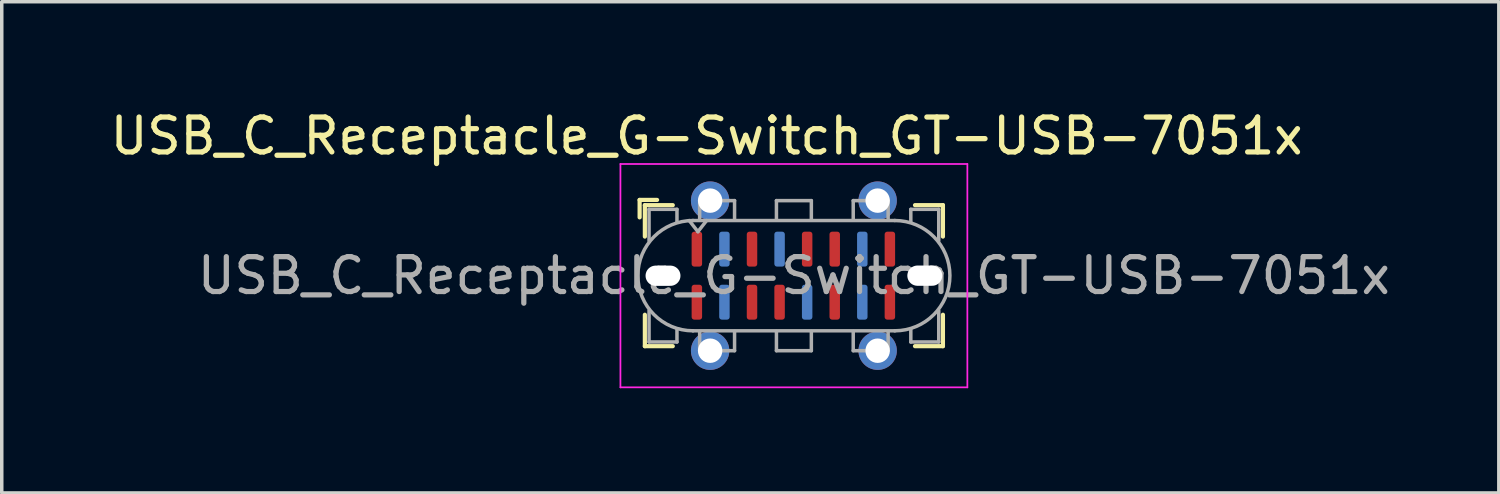
<source format=kicad_pcb>
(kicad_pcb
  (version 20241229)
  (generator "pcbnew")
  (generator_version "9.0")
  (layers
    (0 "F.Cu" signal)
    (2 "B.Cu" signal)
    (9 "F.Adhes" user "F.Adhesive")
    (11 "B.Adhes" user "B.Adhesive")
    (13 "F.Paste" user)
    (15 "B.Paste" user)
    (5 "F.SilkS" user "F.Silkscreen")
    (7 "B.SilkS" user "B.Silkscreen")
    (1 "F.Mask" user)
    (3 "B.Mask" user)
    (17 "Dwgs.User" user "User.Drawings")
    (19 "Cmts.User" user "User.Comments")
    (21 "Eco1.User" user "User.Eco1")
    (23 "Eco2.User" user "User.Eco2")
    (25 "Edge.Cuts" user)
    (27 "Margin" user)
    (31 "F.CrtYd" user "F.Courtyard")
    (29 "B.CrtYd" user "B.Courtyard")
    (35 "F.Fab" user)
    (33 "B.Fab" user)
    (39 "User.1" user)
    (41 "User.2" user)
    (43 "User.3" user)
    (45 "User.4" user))
  (footprint "USB_C_Receptacle_G-Switch_GT-USB-7051x"
    (layer "F.Cu")
    (at 19.696 4.848)
    (property "Reference" "USB_C_Receptacle_G-Switch_GT-USB-7051x" (at -2.5 -4 0) (unlocked yes) (layer "F.SilkS") (effects (font (size 1 1) (thickness 0.15))))
    (attr smd)
    (fp_line (start -4.42 -2.17) (end -4.42 -1.67) (stroke (width 0.12) (type solid)) (layer "F.SilkS"))
    (fp_line (start -4.42 -2.17) (end -3.92 -2.17) (stroke (width 0.12) (type solid)) (layer "F.SilkS"))
    (fp_line (start -4.27 -2.02) (end -4.27 -1.12) (stroke (width 0.12) (type solid)) (layer "F.SilkS"))
    (fp_line (start -4.27 -2.02) (end -3.47 -2.02) (stroke (width 0.12) (type solid)) (layer "F.SilkS"))
    (fp_line (start -4.27 2.02) (end -4.27 1.12) (stroke (width 0.12) (type solid)) (layer "F.SilkS"))
    (fp_line (start -4.27 2.02) (end -3.47 2.02) (stroke (width 0.12) (type solid)) (layer "F.SilkS"))
    (fp_line (start 4.27 -2.02) (end 3.47 -2.02) (stroke (width 0.12) (type solid)) (layer "F.SilkS"))
    (fp_line (start 4.27 -2.02) (end 4.27 -1.12) (stroke (width 0.12) (type solid)) (layer "F.SilkS"))
    (fp_line (start 4.27 2.02) (end 3.47 2.02) (stroke (width 0.12) (type solid)) (layer "F.SilkS"))
    (fp_line (start 4.27 2.02) (end 4.27 1.12) (stroke (width 0.12) (type solid)) (layer "F.SilkS"))
    (fp_line (start -4.97 -3.2) (end -4.97 3.2) (stroke (width 0.05) (type solid)) (layer "F.CrtYd"))
    (fp_line (start -4.97 3.2) (end 4.97 3.2) (stroke (width 0.05) (type solid)) (layer "F.CrtYd"))
    (fp_line (start 4.97 -3.2) (end -4.97 -3.2) (stroke (width 0.05) (type solid)) (layer "F.CrtYd"))
    (fp_line (start 4.97 3.2) (end 4.97 -3.2) (stroke (width 0.05) (type solid)) (layer "F.CrtYd"))
    (fp_line (start -4.15 -1.9) (end -4.15 -1) (stroke (width 0.1) (type solid)) (layer "F.Fab"))
    (fp_line (start -4.15 -1.9) (end -3.35 -1.9) (stroke (width 0.1) (type solid)) (layer "F.Fab"))
    (fp_line (start -4.15 1.9) (end -4.15 1) (stroke (width 0.1) (type solid)) (layer "F.Fab"))
    (fp_line (start -4.15 1.9) (end -3.35 1.9) (stroke (width 0.1) (type solid)) (layer "F.Fab"))
    (fp_line (start -3.35 -1.9) (end -3.35 -1.55) (stroke (width 0.1) (type solid)) (layer "F.Fab"))
    (fp_line (start -3.35 1.9) (end -3.35 1.55) (stroke (width 0.1) (type solid)) (layer "F.Fab"))
    (fp_line (start -2.89 1.58) (end 2.89 1.58) (stroke (width 0.1) (type solid)) (layer "F.Fab"))
    (fp_line (start -2.75 -1.26) (end -3 -1.58) (stroke (width 0.1) (type solid)) (layer "F.Fab"))
    (fp_line (start -2.7 -2.15) (end -1.7 -2.15) (stroke (width 0.1) (type solid)) (layer "F.Fab"))
    (fp_line (start -2.7 -1.6) (end -2.7 -2.15) (stroke (width 0.1) (type solid)) (layer "F.Fab"))
    (fp_line (start -2.7 1.6) (end -2.7 2.15) (stroke (width 0.1) (type solid)) (layer "F.Fab"))
    (fp_line (start -2.7 2.15) (end -1.7 2.15) (stroke (width 0.1) (type solid)) (layer "F.Fab"))
    (fp_line (start -2.5 -1.58) (end -2.75 -1.26) (stroke (width 0.1) (type solid)) (layer "F.Fab"))
    (fp_line (start -1.7 -2.15) (end -1.7 -1.6) (stroke (width 0.1) (type solid)) (layer "F.Fab"))
    (fp_line (start -1.7 2.15) (end -1.7 1.6) (stroke (width 0.1) (type solid)) (layer "F.Fab"))
    (fp_line (start -0.5 -2.15) (end 0.5 -2.15) (stroke (width 0.1) (type solid)) (layer "F.Fab"))
    (fp_line (start -0.5 -1.6) (end -0.5 -2.15) (stroke (width 0.1) (type solid)) (layer "F.Fab"))
    (fp_line (start -0.5 2.15) (end -0.5 1.6) (stroke (width 0.1) (type solid)) (layer "F.Fab"))
    (fp_line (start 0.5 -2.15) (end 0.5 -1.6) (stroke (width 0.1) (type solid)) (layer "F.Fab"))
    (fp_line (start 0.5 1.6) (end 0.5 2.15) (stroke (width 0.1) (type solid)) (layer "F.Fab"))
    (fp_line (start 0.5 2.15) (end -0.5 2.15) (stroke (width 0.1) (type solid)) (layer "F.Fab"))
    (fp_line (start 1.7 -2.15) (end 1.7 -1.6) (stroke (width 0.1) (type solid)) (layer "F.Fab"))
    (fp_line (start 1.7 2.15) (end 1.7 1.6) (stroke (width 0.1) (type solid)) (layer "F.Fab"))
    (fp_line (start 2.7 -2.15) (end 1.7 -2.15) (stroke (width 0.1) (type solid)) (layer "F.Fab"))
    (fp_line (start 2.7 -1.6) (end 2.7 -2.15) (stroke (width 0.1) (type solid)) (layer "F.Fab"))
    (fp_line (start 2.7 1.6) (end 2.7 2.15) (stroke (width 0.1) (type solid)) (layer "F.Fab"))
    (fp_line (start 2.7 2.15) (end 1.7 2.15) (stroke (width 0.1) (type solid)) (layer "F.Fab"))
    (fp_line (start 2.89 -1.58) (end -2.89 -1.58) (stroke (width 0.1) (type solid)) (layer "F.Fab"))
    (fp_line (start 3.35 -1.9) (end 3.35 -1.55) (stroke (width 0.1) (type solid)) (layer "F.Fab"))
    (fp_line (start 3.35 1.9) (end 3.35 1.55) (stroke (width 0.1) (type solid)) (layer "F.Fab"))
    (fp_line (start 4.15 -1.9) (end 3.35 -1.9) (stroke (width 0.1) (type solid)) (layer "F.Fab"))
    (fp_line (start 4.15 -1.9) (end 4.15 -1) (stroke (width 0.1) (type solid)) (layer "F.Fab"))
    (fp_line (start 4.15 1.9) (end 3.35 1.9) (stroke (width 0.1) (type solid)) (layer "F.Fab"))
    (fp_line (start 4.15 1.9) (end 4.15 1) (stroke (width 0.1) (type solid)) (layer "F.Fab"))
    (fp_arc (start -2.89 1.58) (mid -4.47 0) (end -2.89 -1.58) (stroke (width 0.1) (type solid)) (layer "F.Fab"))
    (fp_arc (start 2.89 -1.58) (mid 4.47 0) (end 2.89 1.58) (stroke (width 0.1) (type solid)) (layer "F.Fab"))
    (fp_text user "${REFERENCE}" (at 0 0 0) (unlocked yes) (layer "F.Fab") (effects (font (size 1 1) (thickness 0.15))))
    (pad "" np_thru_hole oval (at -3.75 0.002) (size 1 0.58) (drill oval 1 0.58) (layers "*.Cu" "*.Mask"))
    (pad "" np_thru_hole oval (at 3.75 0) (size 1 0.58) (drill oval 1 0.58) (layers "*.Cu" "*.Mask"))
    (pad "A1" smd roundrect (at -2.78 -0.76) (size 0.3 1) (layers "F.Cu" "F.Mask" "F.Paste") (roundrect_rratio 0.25))
    (pad "A4" smd roundrect (at -1.99 -0.76) (size 0.3 1) (layers "F.Mask" "B.Cu" "F.Paste") (roundrect_rratio 0.25))
    (pad "A5" smd roundrect (at -1.2 -0.76) (size 0.3 1) (layers "F.Cu" "F.Mask" "F.Paste") (roundrect_rratio 0.25))
    (pad "A6" smd roundrect (at -0.41 -0.76) (size 0.3 1) (layers "F.Mask" "B.Cu" "F.Paste") (roundrect_rratio 0.25))
    (pad "A7" smd roundrect (at 0.38 -0.76) (size 0.3 1) (layers "F.Cu" "F.Mask" "F.Paste") (roundrect_rratio 0.25))
    (pad "A8" smd roundrect (at 1.17 -0.76) (size 0.3 1) (layers "F.Cu" "F.Mask" "F.Paste") (roundrect_rratio 0.25))
    (pad "A9" smd roundrect (at 1.96 -0.76) (size 0.3 1) (layers "F.Mask" "B.Cu" "F.Paste") (roundrect_rratio 0.25))
    (pad "A12" smd roundrect (at 2.75 -0.76) (size 0.3 1) (layers "F.Cu" "F.Mask" "F.Paste") (roundrect_rratio 0.25))
    (pad "B1" smd roundrect (at 2.75 0.76) (size 0.3 1) (layers "F.Cu" "F.Mask" "F.Paste") (roundrect_rratio 0.25))
    (pad "B4" smd roundrect (at 1.96 0.76) (size 0.3 1) (layers "F.Mask" "B.Cu" "F.Paste") (roundrect_rratio 0.25))
    (pad "B5" smd roundrect (at 1.17 0.76) (size 0.3 1) (layers "F.Cu" "F.Mask" "F.Paste") (roundrect_rratio 0.25))
    (pad "B6" smd roundrect (at 0.38 0.76) (size 0.3 1) (layers "F.Mask" "B.Cu" "F.Paste") (roundrect_rratio 0.25))
    (pad "B7" smd roundrect (at -0.41 0.76) (size 0.3 1) (layers "F.Cu" "F.Mask" "F.Paste") (roundrect_rratio 0.25))
    (pad "B8" smd roundrect (at -1.2 0.76) (size 0.3 1) (layers "F.Cu" "F.Mask" "F.Paste") (roundrect_rratio 0.25))
    (pad "B9" smd roundrect (at -1.99 0.76) (size 0.3 1) (layers "F.Mask" "B.Cu" "F.Paste") (roundrect_rratio 0.25))
    (pad "B12" smd roundrect (at -2.78 0.76) (size 0.3 1) (layers "F.Cu" "F.Mask" "F.Paste") (roundrect_rratio 0.25))
    (pad "S1" thru_hole circle (at -2.4 -2.15) (size 1.1 1.1) (drill 0.7) (layers "*.Cu" "*.Mask" "F.Paste"))
    (pad "S1" thru_hole circle (at -2.4 2.15) (size 1.1 1.1) (drill 0.7) (layers "*.Cu" "*.Mask" "F.Paste"))
    (pad "S1" thru_hole circle (at 2.4 -2.15) (size 1.1 1.1) (drill 0.7) (layers "*.Cu" "*.Mask" "F.Paste"))
    (pad "S1" thru_hole circle (at 2.4 2.15) (size 1.1 1.1) (drill 0.7) (layers "*.Cu" "*.Mask" "F.Paste"))
    (zone (net_name "") (layer "F.Cu") (name "peg") (hatch full 0.508) (connect_pads) (min_thickness 0.254) (filled_areas_thickness no) (keepout (tracks not_allowed) (vias not_allowed) (pads not_allowed) (copperpour not_allowed) (footprints not_allowed)) (placement (enabled no)) (fill) (polygon (pts (xy 20.496 3.048) (xy 18.896 3.048) (xy 18.896 2.348) (xy 20.496 2.348))))
    (zone (net_name "") (layer "F.Cu") (name "peg") (hatch full 0.508) (connect_pads) (min_thickness 0.254) (filled_areas_thickness no) (keepout (tracks not_allowed) (vias not_allowed) (pads not_allowed) (copperpour not_allowed) (footprints not_allowed)) (placement (enabled no)) (fill) (polygon (pts (xy 20.496 7.348) (xy 18.896 7.348) (xy 18.896 6.648) (xy 20.496 6.648)))))
  (gr_rect
    (start -3 -3)
    (end 39.893 11.073)
    (stroke (width 0.1) (type default))
    (fill no)
    (layer "Edge.Cuts")))
</source>
